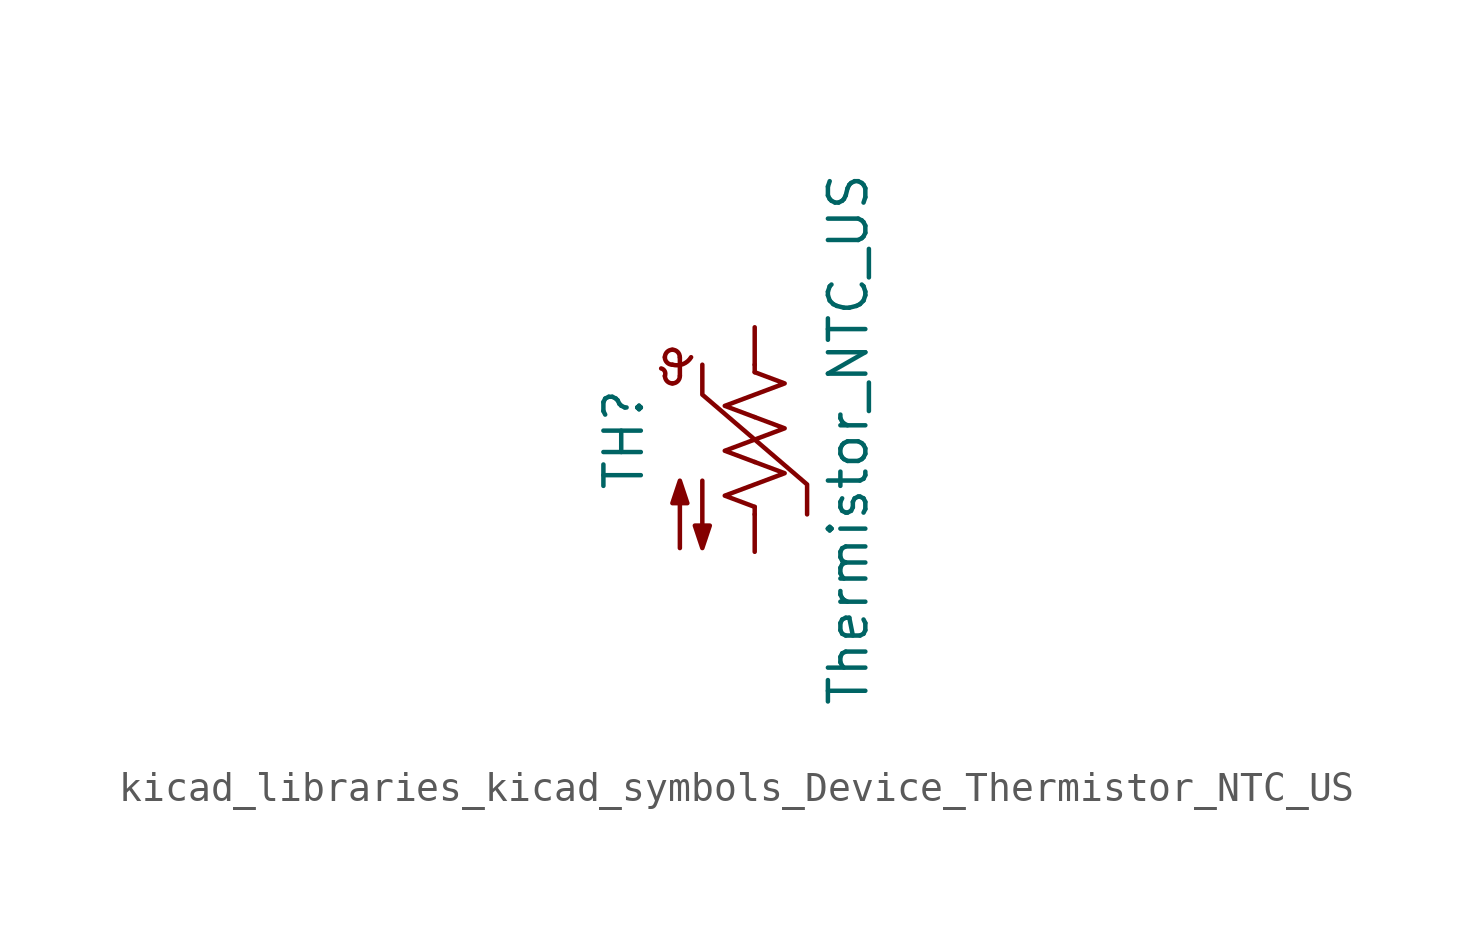
<source format=kicad_sym>
(kicad_symbol_lib
  (version 20220914)
  (generator kicad_symbol_editor)
  (symbol "kicad_libraries_kicad_symbols_Device_Thermistor_NTC_US"
    (pin_numbers hide)
    (pin_names
      (offset 0))
    (property "Reference" "TH"
      (at -4.445 0 90)
      (effects (font (size 1.27 1.27))))
    (property "Value" "Thermistor_NTC_US"
      (at 3.175 0 90)
      (effects (font (size 1.27 1.27))))
    (symbol "kicad_libraries_kicad_symbols_Device_Thermistor_NTC_US_0_1"
      (arc (start -3.048 2.159) (mid -3.0495 2.3143) (end -3.175 2.413) (stroke (width 0) (type default)) (fill (type none)))
      (arc (start -3.048 2.159) (mid -2.9736 1.9794) (end -2.794 1.905) (stroke (width 0) (type default)) (fill (type none)))
      (arc (start -3.048 2.794) (mid -2.9736 2.6144) (end -2.794 2.54) (stroke (width 0) (type default)) (fill (type none)))
      (arc (start -2.794 1.905) (mid -2.6144 1.9794) (end -2.54 2.159) (stroke (width 0) (type default)) (fill (type none)))
      (arc (start -2.794 2.54) (mid -2.4393 2.5587) (end -2.159 2.794) (stroke (width 0) (type default)) (fill (type none)))
      (arc (start -2.794 3.048) (mid -2.9736 2.9736) (end -3.048 2.794) (stroke (width 0) (type default)) (fill (type none)))
      (arc (start -2.54 2.794) (mid -2.6144 2.9736) (end -2.794 3.048) (stroke (width 0) (type default)) (fill (type none)))
      (polyline (pts (xy -2.54 2.159) (xy -2.54 2.794)) (stroke (width 0) (type default)) (fill (type none)))
      (polyline (pts (xy 0 -2.286) (xy 0 -2.54)) (stroke (width 0) (type default)) (fill (type none)))
      (polyline (pts (xy 0 2.286) (xy 0 2.54)) (stroke (width 0) (type default)) (fill (type none)))
      (polyline (pts (xy -1.778 2.54) (xy -1.778 1.524) (xy 1.778 -1.524) (xy 1.778 -2.54)) (stroke (width 0) (type default)) (fill (type none)))
      (polyline (pts (xy 0 -0.762) (xy 1.016 -1.143) (xy 0 -1.524) (xy -1.016 -1.905) (xy 0 -2.286)) (stroke (width 0) (type default)) (fill (type none)))
      (polyline (pts (xy 0 0.762) (xy 1.016 0.381) (xy 0 0) (xy -1.016 -0.381) (xy 0 -0.762)) (stroke (width 0) (type default)) (fill (type none)))
      (polyline (pts (xy 0 2.286) (xy 1.016 1.905) (xy 0 1.524) (xy -1.016 1.143) (xy 0 0.762)) (stroke (width 0) (type default)) (fill (type none)))
      (polyline (pts (xy -2.54 -3.683) (xy -2.54 -1.397) (xy -2.794 -2.159) (xy -2.286 -2.159) (xy -2.54 -1.397) (xy -2.54 -1.651)) (stroke (width 0) (type default)) (fill (type outline)))
      (polyline (pts (xy -1.778 -1.397) (xy -1.778 -3.683) (xy -2.032 -2.921) (xy -1.524 -2.921) (xy -1.778 -3.683) (xy -1.778 -3.429)) (stroke (width 0) (type default)) (fill (type outline))))
    (symbol "kicad_libraries_kicad_symbols_Device_Thermistor_NTC_US_1_1"
      (pin passive line (at 0 3.81 270) (length 1.27) (name "~" (effects (font (size 1.27 1.27)))) (number "1" (effects (font (size 1.27 1.27)))))
      (pin passive line (at 0 -3.81 90) (length 1.27) (name "~" (effects (font (size 1.27 1.27)))) (number "2" (effects (font (size 1.27 1.27))))))))
</source>
